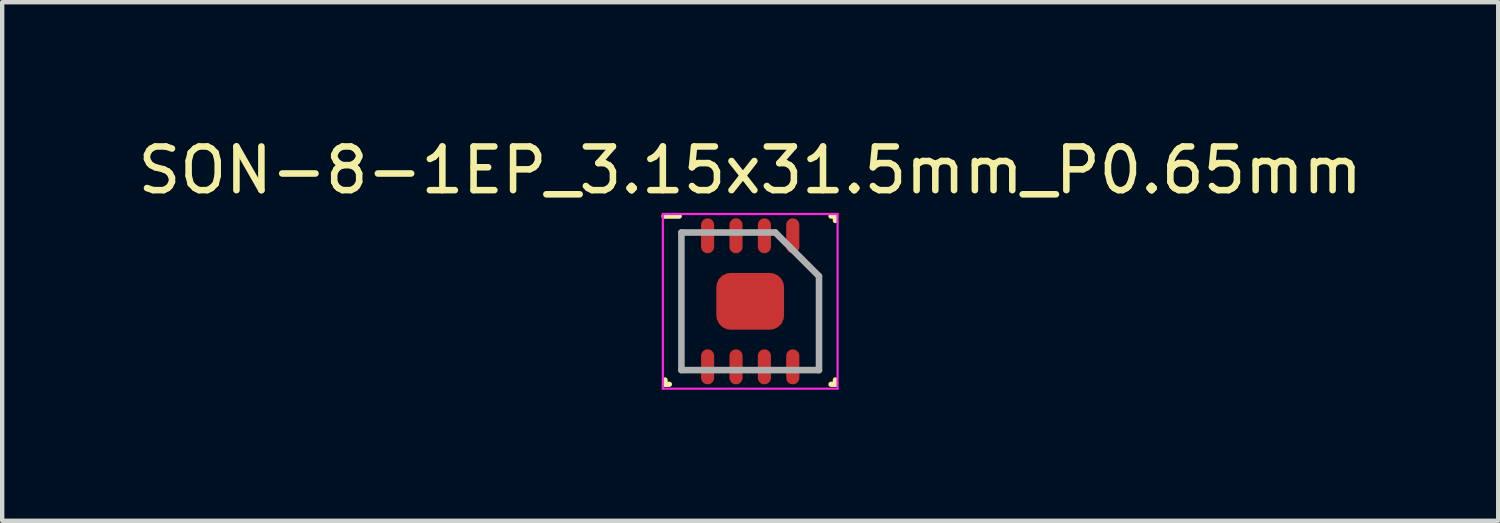
<source format=kicad_pcb>
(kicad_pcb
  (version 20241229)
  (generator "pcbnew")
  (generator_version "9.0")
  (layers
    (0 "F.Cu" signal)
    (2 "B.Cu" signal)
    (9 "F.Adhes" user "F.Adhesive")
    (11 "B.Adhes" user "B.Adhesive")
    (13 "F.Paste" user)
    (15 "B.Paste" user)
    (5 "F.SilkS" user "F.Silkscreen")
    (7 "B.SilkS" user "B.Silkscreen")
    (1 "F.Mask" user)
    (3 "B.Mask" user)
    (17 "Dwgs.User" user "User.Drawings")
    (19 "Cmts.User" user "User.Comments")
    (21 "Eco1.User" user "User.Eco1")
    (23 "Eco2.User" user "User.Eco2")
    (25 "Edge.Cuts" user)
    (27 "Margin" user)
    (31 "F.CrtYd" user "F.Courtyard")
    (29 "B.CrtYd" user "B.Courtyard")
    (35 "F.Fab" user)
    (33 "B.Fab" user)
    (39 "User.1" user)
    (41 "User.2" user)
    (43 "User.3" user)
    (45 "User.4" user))
  (footprint "SON-8-1EP_3.15x31.5mm_P0.65mm"
    (layer "F.Cu")
    (at 14.125 3.848)
    (property "Reference" "SON-8-1EP_3.15x31.5mm_P0.65mm" (at 0 -3 0) (layer "F.SilkS") (effects (font (size 1 1) (thickness 0.15))))
    (attr through_hole)
    (fp_line (start -1.95 1.9) (end -1.95 1.8) (stroke (width 0.12) (type solid)) (layer "F.SilkS"))
    (fp_line (start -1.85 1.9) (end -1.95 1.9) (stroke (width 0.12) (type solid)) (layer "F.SilkS"))
    (fp_line (start -1.625 -1.95) (end -1.975 -1.95) (stroke (width 0.12) (type solid)) (layer "F.SilkS"))
    (fp_line (start 1.85 -1.95) (end 1.95 -1.95) (stroke (width 0.12) (type solid)) (layer "F.SilkS"))
    (fp_line (start 1.85 1.9) (end 1.95 1.9) (stroke (width 0.12) (type solid)) (layer "F.SilkS"))
    (fp_line (start 1.95 -1.95) (end 1.95 -1.85) (stroke (width 0.12) (type solid)) (layer "F.SilkS"))
    (fp_line (start 1.95 1.9) (end 1.95 1.8) (stroke (width 0.12) (type solid)) (layer "F.SilkS"))
    (fp_line (start -2 -2) (end 2 -2) (stroke (width 0.05) (type solid)) (layer "F.CrtYd"))
    (fp_line (start -2 2) (end -2 -2) (stroke (width 0.05) (type solid)) (layer "F.CrtYd"))
    (fp_line (start 2 -2) (end 2 2) (stroke (width 0.05) (type solid)) (layer "F.CrtYd"))
    (fp_line (start 2 2) (end -2 2) (stroke (width 0.05) (type solid)) (layer "F.CrtYd"))
    (fp_line (start -1.575 -1.575) (end -1.575 1.575) (stroke (width 0.15) (type solid)) (layer "F.Fab"))
    (fp_line (start -1.575 1.575) (end 1.575 1.575) (stroke (width 0.15) (type solid)) (layer "F.Fab"))
    (fp_line (start 0.575 -1.575) (end -1.575 -1.575) (stroke (width 0.15) (type solid)) (layer "F.Fab"))
    (fp_line (start 1.575 -0.575) (end 0.575 -1.575) (stroke (width 0.15) (type solid)) (layer "F.Fab"))
    (fp_line (start 1.575 1.575) (end 1.575 -0.575) (stroke (width 0.15) (type solid)) (layer "F.Fab"))
    (pad "" smd roundrect (at 0 0) (size 1.55 1.3) (layers "F.Paste") (roundrect_rratio 0.25))
    (pad "1" smd oval (at 0.975 -1.5) (size 0.3 0.8) (layers "F.Cu" "F.Mask" "F.Paste"))
    (pad "2" smd oval (at 0.325 -1.5) (size 0.3 0.8) (layers "F.Cu" "F.Mask" "F.Paste"))
    (pad "3" smd oval (at -0.325 -1.5) (size 0.3 0.8) (layers "F.Cu" "F.Mask" "F.Paste"))
    (pad "4" smd oval (at -0.975 -1.5) (size 0.3 0.8) (layers "F.Cu" "F.Mask" "F.Paste"))
    (pad "5" smd oval (at -0.975 1.5) (size 0.3 0.8) (layers "F.Cu" "F.Mask" "F.Paste"))
    (pad "6" smd oval (at -0.325 1.5) (size 0.3 0.8) (layers "F.Cu" "F.Mask" "F.Paste"))
    (pad "7" smd oval (at 0.325 1.5) (size 0.3 0.8) (layers "F.Cu" "F.Mask" "F.Paste"))
    (pad "8" smd oval (at 0.975 1.5) (size 0.3 0.8) (layers "F.Cu" "F.Mask" "F.Paste"))
    (pad "9" smd roundrect (at 0 0) (size 1.55 1.3) (layers "F.Cu" "F.Mask" "F.Paste") (roundrect_rratio 0.25)))
  (gr_rect
    (start -3 -3)
    (end 31.25 8.873)
    (stroke (width 0.1) (type default))
    (fill no)
    (layer "Edge.Cuts")))
</source>
